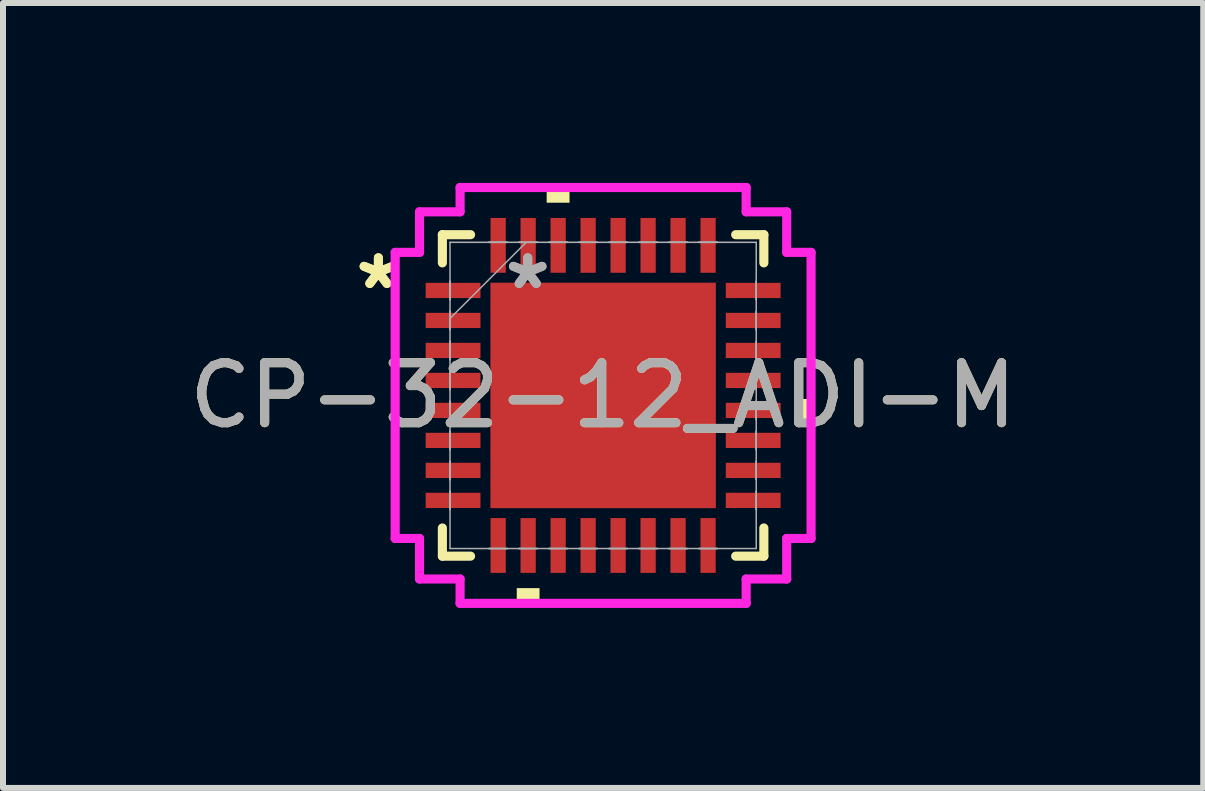
<source format=kicad_pcb>
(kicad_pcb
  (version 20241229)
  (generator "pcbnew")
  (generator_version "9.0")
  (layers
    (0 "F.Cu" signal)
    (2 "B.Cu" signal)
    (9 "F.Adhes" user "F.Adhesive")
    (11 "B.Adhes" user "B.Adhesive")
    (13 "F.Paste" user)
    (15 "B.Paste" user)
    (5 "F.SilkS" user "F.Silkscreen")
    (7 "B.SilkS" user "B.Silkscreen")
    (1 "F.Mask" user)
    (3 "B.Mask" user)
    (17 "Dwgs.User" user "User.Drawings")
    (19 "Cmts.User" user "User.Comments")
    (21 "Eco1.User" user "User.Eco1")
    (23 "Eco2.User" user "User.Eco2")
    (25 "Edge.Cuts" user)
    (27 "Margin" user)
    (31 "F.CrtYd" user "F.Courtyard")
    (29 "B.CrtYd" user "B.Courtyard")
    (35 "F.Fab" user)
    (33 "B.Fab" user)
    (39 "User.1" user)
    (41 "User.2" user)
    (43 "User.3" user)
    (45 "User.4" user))
  (footprint "CP-32-12_ADI-M"
    (layer "F.Cu")
    (at 7.006 3.543)
    (property "Reference" "CP-32-12_ADI-M" (at 0 0 0) (unlocked yes) (layer "F.SilkS") (effects (font (size 1 1) (thickness 0.15))))
    (attr smd)
    (fp_line (start -2.68 -2.68) (end -2.68 -2.21) (stroke (width 0.152) (type solid)) (layer "F.SilkS"))
    (fp_line (start -2.68 2.21) (end -2.68 2.68) (stroke (width 0.152) (type solid)) (layer "F.SilkS"))
    (fp_line (start -2.68 2.68) (end -2.21 2.68) (stroke (width 0.152) (type solid)) (layer "F.SilkS"))
    (fp_line (start -2.21 -2.68) (end -2.68 -2.68) (stroke (width 0.152) (type solid)) (layer "F.SilkS"))
    (fp_line (start 2.21 2.68) (end 2.68 2.68) (stroke (width 0.152) (type solid)) (layer "F.SilkS"))
    (fp_line (start 2.68 -2.68) (end 2.21 -2.68) (stroke (width 0.152) (type solid)) (layer "F.SilkS"))
    (fp_line (start 2.68 -2.21) (end 2.68 -2.68) (stroke (width 0.152) (type solid)) (layer "F.SilkS"))
    (fp_line (start 2.68 2.68) (end 2.68 2.21) (stroke (width 0.152) (type solid)) (layer "F.SilkS"))
    (fp_poly (pts (xy -1.44 3.213) (xy -1.44 3.467) (xy -1.06 3.467) (xy -1.06 3.213)) (stroke (width 0) (type solid)) (fill yes) (layer "F.SilkS"))
    (fp_poly (pts (xy -0.941 -3.213) (xy -0.941 -3.467) (xy -0.56 -3.467) (xy -0.56 -3.213)) (stroke (width 0) (type solid)) (fill yes) (layer "F.SilkS"))
    (fp_poly (pts (xy 3.467 0.059) (xy 3.467 0.441) (xy 3.213 0.441) (xy 3.213 0.059)) (stroke (width 0) (type solid)) (fill yes) (layer "F.SilkS"))
    (fp_line (start -3.467 -2.385) (end -3.061 -2.385) (stroke (width 0.152) (type solid)) (layer "F.CrtYd"))
    (fp_line (start -3.467 2.385) (end -3.467 -2.385) (stroke (width 0.152) (type solid)) (layer "F.CrtYd"))
    (fp_line (start -3.061 -3.061) (end -2.385 -3.061) (stroke (width 0.152) (type solid)) (layer "F.CrtYd"))
    (fp_line (start -3.061 -2.385) (end -3.061 -3.061) (stroke (width 0.152) (type solid)) (layer "F.CrtYd"))
    (fp_line (start -3.061 2.385) (end -3.467 2.385) (stroke (width 0.152) (type solid)) (layer "F.CrtYd"))
    (fp_line (start -3.061 3.061) (end -3.061 2.385) (stroke (width 0.152) (type solid)) (layer "F.CrtYd"))
    (fp_line (start -2.385 -3.467) (end 2.385 -3.467) (stroke (width 0.152) (type solid)) (layer "F.CrtYd"))
    (fp_line (start -2.385 -3.061) (end -2.385 -3.467) (stroke (width 0.152) (type solid)) (layer "F.CrtYd"))
    (fp_line (start -2.385 3.061) (end -3.061 3.061) (stroke (width 0.152) (type solid)) (layer "F.CrtYd"))
    (fp_line (start -2.385 3.467) (end -2.385 3.061) (stroke (width 0.152) (type solid)) (layer "F.CrtYd"))
    (fp_line (start 2.385 -3.467) (end 2.385 -3.061) (stroke (width 0.152) (type solid)) (layer "F.CrtYd"))
    (fp_line (start 2.385 -3.061) (end 3.061 -3.061) (stroke (width 0.152) (type solid)) (layer "F.CrtYd"))
    (fp_line (start 2.385 3.061) (end 2.385 3.467) (stroke (width 0.152) (type solid)) (layer "F.CrtYd"))
    (fp_line (start 2.385 3.467) (end -2.385 3.467) (stroke (width 0.152) (type solid)) (layer "F.CrtYd"))
    (fp_line (start 3.061 -3.061) (end 3.061 -2.385) (stroke (width 0.152) (type solid)) (layer "F.CrtYd"))
    (fp_line (start 3.061 -2.385) (end 3.467 -2.385) (stroke (width 0.152) (type solid)) (layer "F.CrtYd"))
    (fp_line (start 3.061 2.385) (end 3.061 3.061) (stroke (width 0.152) (type solid)) (layer "F.CrtYd"))
    (fp_line (start 3.061 3.061) (end 2.385 3.061) (stroke (width 0.152) (type solid)) (layer "F.CrtYd"))
    (fp_line (start 3.467 -2.385) (end 3.467 2.385) (stroke (width 0.152) (type solid)) (layer "F.CrtYd"))
    (fp_line (start 3.467 2.385) (end 3.061 2.385) (stroke (width 0.152) (type solid)) (layer "F.CrtYd"))
    (fp_line (start -2.553 -2.553) (end -2.553 2.553) (stroke (width 0.025) (type solid)) (layer "F.Fab"))
    (fp_line (start -2.553 -1.902) (end -2.553 -1.902) (stroke (width 0.025) (type solid)) (layer "F.Fab"))
    (fp_line (start -2.553 -1.902) (end -2.553 -1.598) (stroke (width 0.025) (type solid)) (layer "F.Fab"))
    (fp_line (start -2.553 -1.598) (end -2.553 -1.902) (stroke (width 0.025) (type solid)) (layer "F.Fab"))
    (fp_line (start -2.553 -1.598) (end -2.553 -1.598) (stroke (width 0.025) (type solid)) (layer "F.Fab"))
    (fp_line (start -2.553 -1.402) (end -2.553 -1.402) (stroke (width 0.025) (type solid)) (layer "F.Fab"))
    (fp_line (start -2.553 -1.402) (end -2.553 -1.098) (stroke (width 0.025) (type solid)) (layer "F.Fab"))
    (fp_line (start -2.553 -1.283) (end -1.283 -2.553) (stroke (width 0.025) (type solid)) (layer "F.Fab"))
    (fp_line (start -2.553 -1.098) (end -2.553 -1.402) (stroke (width 0.025) (type solid)) (layer "F.Fab"))
    (fp_line (start -2.553 -1.098) (end -2.553 -1.098) (stroke (width 0.025) (type solid)) (layer "F.Fab"))
    (fp_line (start -2.553 -0.902) (end -2.553 -0.902) (stroke (width 0.025) (type solid)) (layer "F.Fab"))
    (fp_line (start -2.553 -0.902) (end -2.553 -0.598) (stroke (width 0.025) (type solid)) (layer "F.Fab"))
    (fp_line (start -2.553 -0.598) (end -2.553 -0.902) (stroke (width 0.025) (type solid)) (layer "F.Fab"))
    (fp_line (start -2.553 -0.598) (end -2.553 -0.598) (stroke (width 0.025) (type solid)) (layer "F.Fab"))
    (fp_line (start -2.553 -0.402) (end -2.553 -0.402) (stroke (width 0.025) (type solid)) (layer "F.Fab"))
    (fp_line (start -2.553 -0.402) (end -2.553 -0.098) (stroke (width 0.025) (type solid)) (layer "F.Fab"))
    (fp_line (start -2.553 -0.098) (end -2.553 -0.402) (stroke (width 0.025) (type solid)) (layer "F.Fab"))
    (fp_line (start -2.553 -0.098) (end -2.553 -0.098) (stroke (width 0.025) (type solid)) (layer "F.Fab"))
    (fp_line (start -2.553 0.098) (end -2.553 0.098) (stroke (width 0.025) (type solid)) (layer "F.Fab"))
    (fp_line (start -2.553 0.098) (end -2.553 0.402) (stroke (width 0.025) (type solid)) (layer "F.Fab"))
    (fp_line (start -2.553 0.402) (end -2.553 0.098) (stroke (width 0.025) (type solid)) (layer "F.Fab"))
    (fp_line (start -2.553 0.402) (end -2.553 0.402) (stroke (width 0.025) (type solid)) (layer "F.Fab"))
    (fp_line (start -2.553 0.598) (end -2.553 0.598) (stroke (width 0.025) (type solid)) (layer "F.Fab"))
    (fp_line (start -2.553 0.598) (end -2.553 0.902) (stroke (width 0.025) (type solid)) (layer "F.Fab"))
    (fp_line (start -2.553 0.902) (end -2.553 0.598) (stroke (width 0.025) (type solid)) (layer "F.Fab"))
    (fp_line (start -2.553 0.902) (end -2.553 0.902) (stroke (width 0.025) (type solid)) (layer "F.Fab"))
    (fp_line (start -2.553 1.098) (end -2.553 1.098) (stroke (width 0.025) (type solid)) (layer "F.Fab"))
    (fp_line (start -2.553 1.098) (end -2.553 1.402) (stroke (width 0.025) (type solid)) (layer "F.Fab"))
    (fp_line (start -2.553 1.402) (end -2.553 1.098) (stroke (width 0.025) (type solid)) (layer "F.Fab"))
    (fp_line (start -2.553 1.402) (end -2.553 1.402) (stroke (width 0.025) (type solid)) (layer "F.Fab"))
    (fp_line (start -2.553 1.598) (end -2.553 1.598) (stroke (width 0.025) (type solid)) (layer "F.Fab"))
    (fp_line (start -2.553 1.598) (end -2.553 1.902) (stroke (width 0.025) (type solid)) (layer "F.Fab"))
    (fp_line (start -2.553 1.902) (end -2.553 1.598) (stroke (width 0.025) (type solid)) (layer "F.Fab"))
    (fp_line (start -2.553 1.902) (end -2.553 1.902) (stroke (width 0.025) (type solid)) (layer "F.Fab"))
    (fp_line (start -2.553 2.553) (end 2.553 2.553) (stroke (width 0.025) (type solid)) (layer "F.Fab"))
    (fp_line (start -1.902 -2.553) (end -1.902 -2.553) (stroke (width 0.025) (type solid)) (layer "F.Fab"))
    (fp_line (start -1.902 -2.553) (end -1.598 -2.553) (stroke (width 0.025) (type solid)) (layer "F.Fab"))
    (fp_line (start -1.902 2.553) (end -1.902 2.553) (stroke (width 0.025) (type solid)) (layer "F.Fab"))
    (fp_line (start -1.902 2.553) (end -1.598 2.553) (stroke (width 0.025) (type solid)) (layer "F.Fab"))
    (fp_line (start -1.598 -2.553) (end -1.902 -2.553) (stroke (width 0.025) (type solid)) (layer "F.Fab"))
    (fp_line (start -1.598 -2.553) (end -1.598 -2.553) (stroke (width 0.025) (type solid)) (layer "F.Fab"))
    (fp_line (start -1.598 2.553) (end -1.902 2.553) (stroke (width 0.025) (type solid)) (layer "F.Fab"))
    (fp_line (start -1.598 2.553) (end -1.598 2.553) (stroke (width 0.025) (type solid)) (layer "F.Fab"))
    (fp_line (start -1.402 -2.553) (end -1.402 -2.553) (stroke (width 0.025) (type solid)) (layer "F.Fab"))
    (fp_line (start -1.402 -2.553) (end -1.098 -2.553) (stroke (width 0.025) (type solid)) (layer "F.Fab"))
    (fp_line (start -1.402 2.553) (end -1.402 2.553) (stroke (width 0.025) (type solid)) (layer "F.Fab"))
    (fp_line (start -1.402 2.553) (end -1.098 2.553) (stroke (width 0.025) (type solid)) (layer "F.Fab"))
    (fp_line (start -1.098 -2.553) (end -1.402 -2.553) (stroke (width 0.025) (type solid)) (layer "F.Fab"))
    (fp_line (start -1.098 -2.553) (end -1.098 -2.553) (stroke (width 0.025) (type solid)) (layer "F.Fab"))
    (fp_line (start -1.098 2.553) (end -1.402 2.553) (stroke (width 0.025) (type solid)) (layer "F.Fab"))
    (fp_line (start -1.098 2.553) (end -1.098 2.553) (stroke (width 0.025) (type solid)) (layer "F.Fab"))
    (fp_line (start -0.902 -2.553) (end -0.902 -2.553) (stroke (width 0.025) (type solid)) (layer "F.Fab"))
    (fp_line (start -0.902 -2.553) (end -0.598 -2.553) (stroke (width 0.025) (type solid)) (layer "F.Fab"))
    (fp_line (start -0.902 2.553) (end -0.902 2.553) (stroke (width 0.025) (type solid)) (layer "F.Fab"))
    (fp_line (start -0.902 2.553) (end -0.598 2.553) (stroke (width 0.025) (type solid)) (layer "F.Fab"))
    (fp_line (start -0.598 -2.553) (end -0.902 -2.553) (stroke (width 0.025) (type solid)) (layer "F.Fab"))
    (fp_line (start -0.598 -2.553) (end -0.598 -2.553) (stroke (width 0.025) (type solid)) (layer "F.Fab"))
    (fp_line (start -0.598 2.553) (end -0.902 2.553) (stroke (width 0.025) (type solid)) (layer "F.Fab"))
    (fp_line (start -0.598 2.553) (end -0.598 2.553) (stroke (width 0.025) (type solid)) (layer "F.Fab"))
    (fp_line (start -0.402 -2.553) (end -0.402 -2.553) (stroke (width 0.025) (type solid)) (layer "F.Fab"))
    (fp_line (start -0.402 -2.553) (end -0.098 -2.553) (stroke (width 0.025) (type solid)) (layer "F.Fab"))
    (fp_line (start -0.402 2.553) (end -0.402 2.553) (stroke (width 0.025) (type solid)) (layer "F.Fab"))
    (fp_line (start -0.402 2.553) (end -0.098 2.553) (stroke (width 0.025) (type solid)) (layer "F.Fab"))
    (fp_line (start -0.098 -2.553) (end -0.402 -2.553) (stroke (width 0.025) (type solid)) (layer "F.Fab"))
    (fp_line (start -0.098 -2.553) (end -0.098 -2.553) (stroke (width 0.025) (type solid)) (layer "F.Fab"))
    (fp_line (start -0.098 2.553) (end -0.402 2.553) (stroke (width 0.025) (type solid)) (layer "F.Fab"))
    (fp_line (start -0.098 2.553) (end -0.098 2.553) (stroke (width 0.025) (type solid)) (layer "F.Fab"))
    (fp_line (start 0.098 -2.553) (end 0.098 -2.553) (stroke (width 0.025) (type solid)) (layer "F.Fab"))
    (fp_line (start 0.098 -2.553) (end 0.402 -2.553) (stroke (width 0.025) (type solid)) (layer "F.Fab"))
    (fp_line (start 0.098 2.553) (end 0.098 2.553) (stroke (width 0.025) (type solid)) (layer "F.Fab"))
    (fp_line (start 0.098 2.553) (end 0.402 2.553) (stroke (width 0.025) (type solid)) (layer "F.Fab"))
    (fp_line (start 0.402 -2.553) (end 0.098 -2.553) (stroke (width 0.025) (type solid)) (layer "F.Fab"))
    (fp_line (start 0.402 -2.553) (end 0.402 -2.553) (stroke (width 0.025) (type solid)) (layer "F.Fab"))
    (fp_line (start 0.402 2.553) (end 0.098 2.553) (stroke (width 0.025) (type solid)) (layer "F.Fab"))
    (fp_line (start 0.402 2.553) (end 0.402 2.553) (stroke (width 0.025) (type solid)) (layer "F.Fab"))
    (fp_line (start 0.598 -2.553) (end 0.598 -2.553) (stroke (width 0.025) (type solid)) (layer "F.Fab"))
    (fp_line (start 0.598 -2.553) (end 0.902 -2.553) (stroke (width 0.025) (type solid)) (layer "F.Fab"))
    (fp_line (start 0.598 2.553) (end 0.598 2.553) (stroke (width 0.025) (type solid)) (layer "F.Fab"))
    (fp_line (start 0.598 2.553) (end 0.902 2.553) (stroke (width 0.025) (type solid)) (layer "F.Fab"))
    (fp_line (start 0.902 -2.553) (end 0.598 -2.553) (stroke (width 0.025) (type solid)) (layer "F.Fab"))
    (fp_line (start 0.902 -2.553) (end 0.902 -2.553) (stroke (width 0.025) (type solid)) (layer "F.Fab"))
    (fp_line (start 0.902 2.553) (end 0.598 2.553) (stroke (width 0.025) (type solid)) (layer "F.Fab"))
    (fp_line (start 0.902 2.553) (end 0.902 2.553) (stroke (width 0.025) (type solid)) (layer "F.Fab"))
    (fp_line (start 1.098 -2.553) (end 1.098 -2.553) (stroke (width 0.025) (type solid)) (layer "F.Fab"))
    (fp_line (start 1.098 -2.553) (end 1.402 -2.553) (stroke (width 0.025) (type solid)) (layer "F.Fab"))
    (fp_line (start 1.098 2.553) (end 1.098 2.553) (stroke (width 0.025) (type solid)) (layer "F.Fab"))
    (fp_line (start 1.098 2.553) (end 1.402 2.553) (stroke (width 0.025) (type solid)) (layer "F.Fab"))
    (fp_line (start 1.402 -2.553) (end 1.098 -2.553) (stroke (width 0.025) (type solid)) (layer "F.Fab"))
    (fp_line (start 1.402 -2.553) (end 1.402 -2.553) (stroke (width 0.025) (type solid)) (layer "F.Fab"))
    (fp_line (start 1.402 2.553) (end 1.098 2.553) (stroke (width 0.025) (type solid)) (layer "F.Fab"))
    (fp_line (start 1.402 2.553) (end 1.402 2.553) (stroke (width 0.025) (type solid)) (layer "F.Fab"))
    (fp_line (start 1.598 -2.553) (end 1.598 -2.553) (stroke (width 0.025) (type solid)) (layer "F.Fab"))
    (fp_line (start 1.598 -2.553) (end 1.902 -2.553) (stroke (width 0.025) (type solid)) (layer "F.Fab"))
    (fp_line (start 1.598 2.553) (end 1.598 2.553) (stroke (width 0.025) (type solid)) (layer "F.Fab"))
    (fp_line (start 1.598 2.553) (end 1.902 2.553) (stroke (width 0.025) (type solid)) (layer "F.Fab"))
    (fp_line (start 1.902 -2.553) (end 1.598 -2.553) (stroke (width 0.025) (type solid)) (layer "F.Fab"))
    (fp_line (start 1.902 -2.553) (end 1.902 -2.553) (stroke (width 0.025) (type solid)) (layer "F.Fab"))
    (fp_line (start 1.902 2.553) (end 1.598 2.553) (stroke (width 0.025) (type solid)) (layer "F.Fab"))
    (fp_line (start 1.902 2.553) (end 1.902 2.553) (stroke (width 0.025) (type solid)) (layer "F.Fab"))
    (fp_line (start 2.553 -2.553) (end -2.553 -2.553) (stroke (width 0.025) (type solid)) (layer "F.Fab"))
    (fp_line (start 2.553 -1.902) (end 2.553 -1.902) (stroke (width 0.025) (type solid)) (layer "F.Fab"))
    (fp_line (start 2.553 -1.902) (end 2.553 -1.598) (stroke (width 0.025) (type solid)) (layer "F.Fab"))
    (fp_line (start 2.553 -1.598) (end 2.553 -1.902) (stroke (width 0.025) (type solid)) (layer "F.Fab"))
    (fp_line (start 2.553 -1.598) (end 2.553 -1.598) (stroke (width 0.025) (type solid)) (layer "F.Fab"))
    (fp_line (start 2.553 -1.402) (end 2.553 -1.402) (stroke (width 0.025) (type solid)) (layer "F.Fab"))
    (fp_line (start 2.553 -1.402) (end 2.553 -1.098) (stroke (width 0.025) (type solid)) (layer "F.Fab"))
    (fp_line (start 2.553 -1.098) (end 2.553 -1.402) (stroke (width 0.025) (type solid)) (layer "F.Fab"))
    (fp_line (start 2.553 -1.098) (end 2.553 -1.098) (stroke (width 0.025) (type solid)) (layer "F.Fab"))
    (fp_line (start 2.553 -0.902) (end 2.553 -0.902) (stroke (width 0.025) (type solid)) (layer "F.Fab"))
    (fp_line (start 2.553 -0.902) (end 2.553 -0.598) (stroke (width 0.025) (type solid)) (layer "F.Fab"))
    (fp_line (start 2.553 -0.598) (end 2.553 -0.902) (stroke (width 0.025) (type solid)) (layer "F.Fab"))
    (fp_line (start 2.553 -0.598) (end 2.553 -0.598) (stroke (width 0.025) (type solid)) (layer "F.Fab"))
    (fp_line (start 2.553 -0.402) (end 2.553 -0.402) (stroke (width 0.025) (type solid)) (layer "F.Fab"))
    (fp_line (start 2.553 -0.402) (end 2.553 -0.098) (stroke (width 0.025) (type solid)) (layer "F.Fab"))
    (fp_line (start 2.553 -0.098) (end 2.553 -0.402) (stroke (width 0.025) (type solid)) (layer "F.Fab"))
    (fp_line (start 2.553 -0.098) (end 2.553 -0.098) (stroke (width 0.025) (type solid)) (layer "F.Fab"))
    (fp_line (start 2.553 0.098) (end 2.553 0.098) (stroke (width 0.025) (type solid)) (layer "F.Fab"))
    (fp_line (start 2.553 0.098) (end 2.553 0.402) (stroke (width 0.025) (type solid)) (layer "F.Fab"))
    (fp_line (start 2.553 0.402) (end 2.553 0.098) (stroke (width 0.025) (type solid)) (layer "F.Fab"))
    (fp_line (start 2.553 0.402) (end 2.553 0.402) (stroke (width 0.025) (type solid)) (layer "F.Fab"))
    (fp_line (start 2.553 0.598) (end 2.553 0.598) (stroke (width 0.025) (type solid)) (layer "F.Fab"))
    (fp_line (start 2.553 0.598) (end 2.553 0.902) (stroke (width 0.025) (type solid)) (layer "F.Fab"))
    (fp_line (start 2.553 0.902) (end 2.553 0.598) (stroke (width 0.025) (type solid)) (layer "F.Fab"))
    (fp_line (start 2.553 0.902) (end 2.553 0.902) (stroke (width 0.025) (type solid)) (layer "F.Fab"))
    (fp_line (start 2.553 1.098) (end 2.553 1.098) (stroke (width 0.025) (type solid)) (layer "F.Fab"))
    (fp_line (start 2.553 1.098) (end 2.553 1.402) (stroke (width 0.025) (type solid)) (layer "F.Fab"))
    (fp_line (start 2.553 1.402) (end 2.553 1.098) (stroke (width 0.025) (type solid)) (layer "F.Fab"))
    (fp_line (start 2.553 1.402) (end 2.553 1.402) (stroke (width 0.025) (type solid)) (layer "F.Fab"))
    (fp_line (start 2.553 1.598) (end 2.553 1.598) (stroke (width 0.025) (type solid)) (layer "F.Fab"))
    (fp_line (start 2.553 1.598) (end 2.553 1.902) (stroke (width 0.025) (type solid)) (layer "F.Fab"))
    (fp_line (start 2.553 1.902) (end 2.553 1.598) (stroke (width 0.025) (type solid)) (layer "F.Fab"))
    (fp_line (start 2.553 1.902) (end 2.553 1.902) (stroke (width 0.025) (type solid)) (layer "F.Fab"))
    (fp_line (start 2.553 2.553) (end 2.553 -2.553) (stroke (width 0.025) (type solid)) (layer "F.Fab"))
    (fp_text user "*" (at -3.747 -1.75 0) (layer "F.SilkS") (effects (font (size 1 1) (thickness 0.15))))
    (fp_text user "*" (at -3.747 -1.75 0) (unlocked yes) (layer "F.SilkS") (effects (font (size 1 1) (thickness 0.15))))
    (fp_text user "*" (at -1.257 -1.75 0) (layer "F.Fab") (effects (font (size 1 1) (thickness 0.15))))
    (fp_text user "*" (at -1.257 -1.75 0) (unlocked yes) (layer "F.Fab") (effects (font (size 1 1) (thickness 0.15))))
    (fp_text user "${REFERENCE}" (at 0 0 0) (unlocked yes) (layer "F.Fab") (effects (font (size 1 1) (thickness 0.15))))
    (pad "1" smd rect (at -2.502 -1.75 90) (size 0.254 0.914) (layers "F.Cu" "F.Mask" "F.Paste"))
    (pad "2" smd rect (at -2.502 -1.25 90) (size 0.254 0.914) (layers "F.Cu" "F.Mask" "F.Paste"))
    (pad "3" smd rect (at -2.502 -0.75 90) (size 0.254 0.914) (layers "F.Cu" "F.Mask" "F.Paste"))
    (pad "4" smd rect (at -2.502 -0.25 90) (size 0.254 0.914) (layers "F.Cu" "F.Mask" "F.Paste"))
    (pad "5" smd rect (at -2.502 0.25 90) (size 0.254 0.914) (layers "F.Cu" "F.Mask" "F.Paste"))
    (pad "6" smd rect (at -2.502 0.75 90) (size 0.254 0.914) (layers "F.Cu" "F.Mask" "F.Paste"))
    (pad "7" smd rect (at -2.502 1.25 90) (size 0.254 0.914) (layers "F.Cu" "F.Mask" "F.Paste"))
    (pad "8" smd rect (at -2.502 1.75 90) (size 0.254 0.914) (layers "F.Cu" "F.Mask" "F.Paste"))
    (pad "9" smd rect (at -1.75 2.502) (size 0.254 0.914) (layers "F.Cu" "F.Mask" "F.Paste"))
    (pad "10" smd rect (at -1.25 2.502) (size 0.254 0.914) (layers "F.Cu" "F.Mask" "F.Paste"))
    (pad "11" smd rect (at -0.75 2.502) (size 0.254 0.914) (layers "F.Cu" "F.Mask" "F.Paste"))
    (pad "12" smd rect (at -0.25 2.502) (size 0.254 0.914) (layers "F.Cu" "F.Mask" "F.Paste"))
    (pad "13" smd rect (at 0.25 2.502) (size 0.254 0.914) (layers "F.Cu" "F.Mask" "F.Paste"))
    (pad "14" smd rect (at 0.75 2.502) (size 0.254 0.914) (layers "F.Cu" "F.Mask" "F.Paste"))
    (pad "15" smd rect (at 1.25 2.502) (size 0.254 0.914) (layers "F.Cu" "F.Mask" "F.Paste"))
    (pad "16" smd rect (at 1.75 2.502) (size 0.254 0.914) (layers "F.Cu" "F.Mask" "F.Paste"))
    (pad "17" smd rect (at 2.502 1.75 90) (size 0.254 0.914) (layers "F.Cu" "F.Mask" "F.Paste"))
    (pad "18" smd rect (at 2.502 1.25 90) (size 0.254 0.914) (layers "F.Cu" "F.Mask" "F.Paste"))
    (pad "19" smd rect (at 2.502 0.75 90) (size 0.254 0.914) (layers "F.Cu" "F.Mask" "F.Paste"))
    (pad "20" smd rect (at 2.502 0.25 90) (size 0.254 0.914) (layers "F.Cu" "F.Mask" "F.Paste"))
    (pad "21" smd rect (at 2.502 -0.25 90) (size 0.254 0.914) (layers "F.Cu" "F.Mask" "F.Paste"))
    (pad "22" smd rect (at 2.502 -0.75 90) (size 0.254 0.914) (layers "F.Cu" "F.Mask" "F.Paste"))
    (pad "23" smd rect (at 2.502 -1.25 90) (size 0.254 0.914) (layers "F.Cu" "F.Mask" "F.Paste"))
    (pad "24" smd rect (at 2.502 -1.75 90) (size 0.254 0.914) (layers "F.Cu" "F.Mask" "F.Paste"))
    (pad "25" smd rect (at 1.75 -2.502) (size 0.254 0.914) (layers "F.Cu" "F.Mask" "F.Paste"))
    (pad "26" smd rect (at 1.25 -2.502) (size 0.254 0.914) (layers "F.Cu" "F.Mask" "F.Paste"))
    (pad "27" smd rect (at 0.75 -2.502) (size 0.254 0.914) (layers "F.Cu" "F.Mask" "F.Paste"))
    (pad "28" smd rect (at 0.25 -2.502) (size 0.254 0.914) (layers "F.Cu" "F.Mask" "F.Paste"))
    (pad "29" smd rect (at -0.25 -2.502) (size 0.254 0.914) (layers "F.Cu" "F.Mask" "F.Paste"))
    (pad "30" smd rect (at -0.75 -2.502) (size 0.254 0.914) (layers "F.Cu" "F.Mask" "F.Paste"))
    (pad "31" smd rect (at -1.25 -2.502) (size 0.254 0.914) (layers "F.Cu" "F.Mask" "F.Paste"))
    (pad "32" smd rect (at -1.75 -2.502) (size 0.254 0.914) (layers "F.Cu" "F.Mask" "F.Paste"))
    (pad "33" smd rect (at 0 0) (size 3.759 3.759) (layers "F.Cu" "F.Mask" "F.Paste")))
  (gr_rect
    (start -3 -3)
    (end 17.012 10.087)
    (stroke (width 0.1) (type default))
    (fill no)
    (layer "Edge.Cuts")))
</source>
